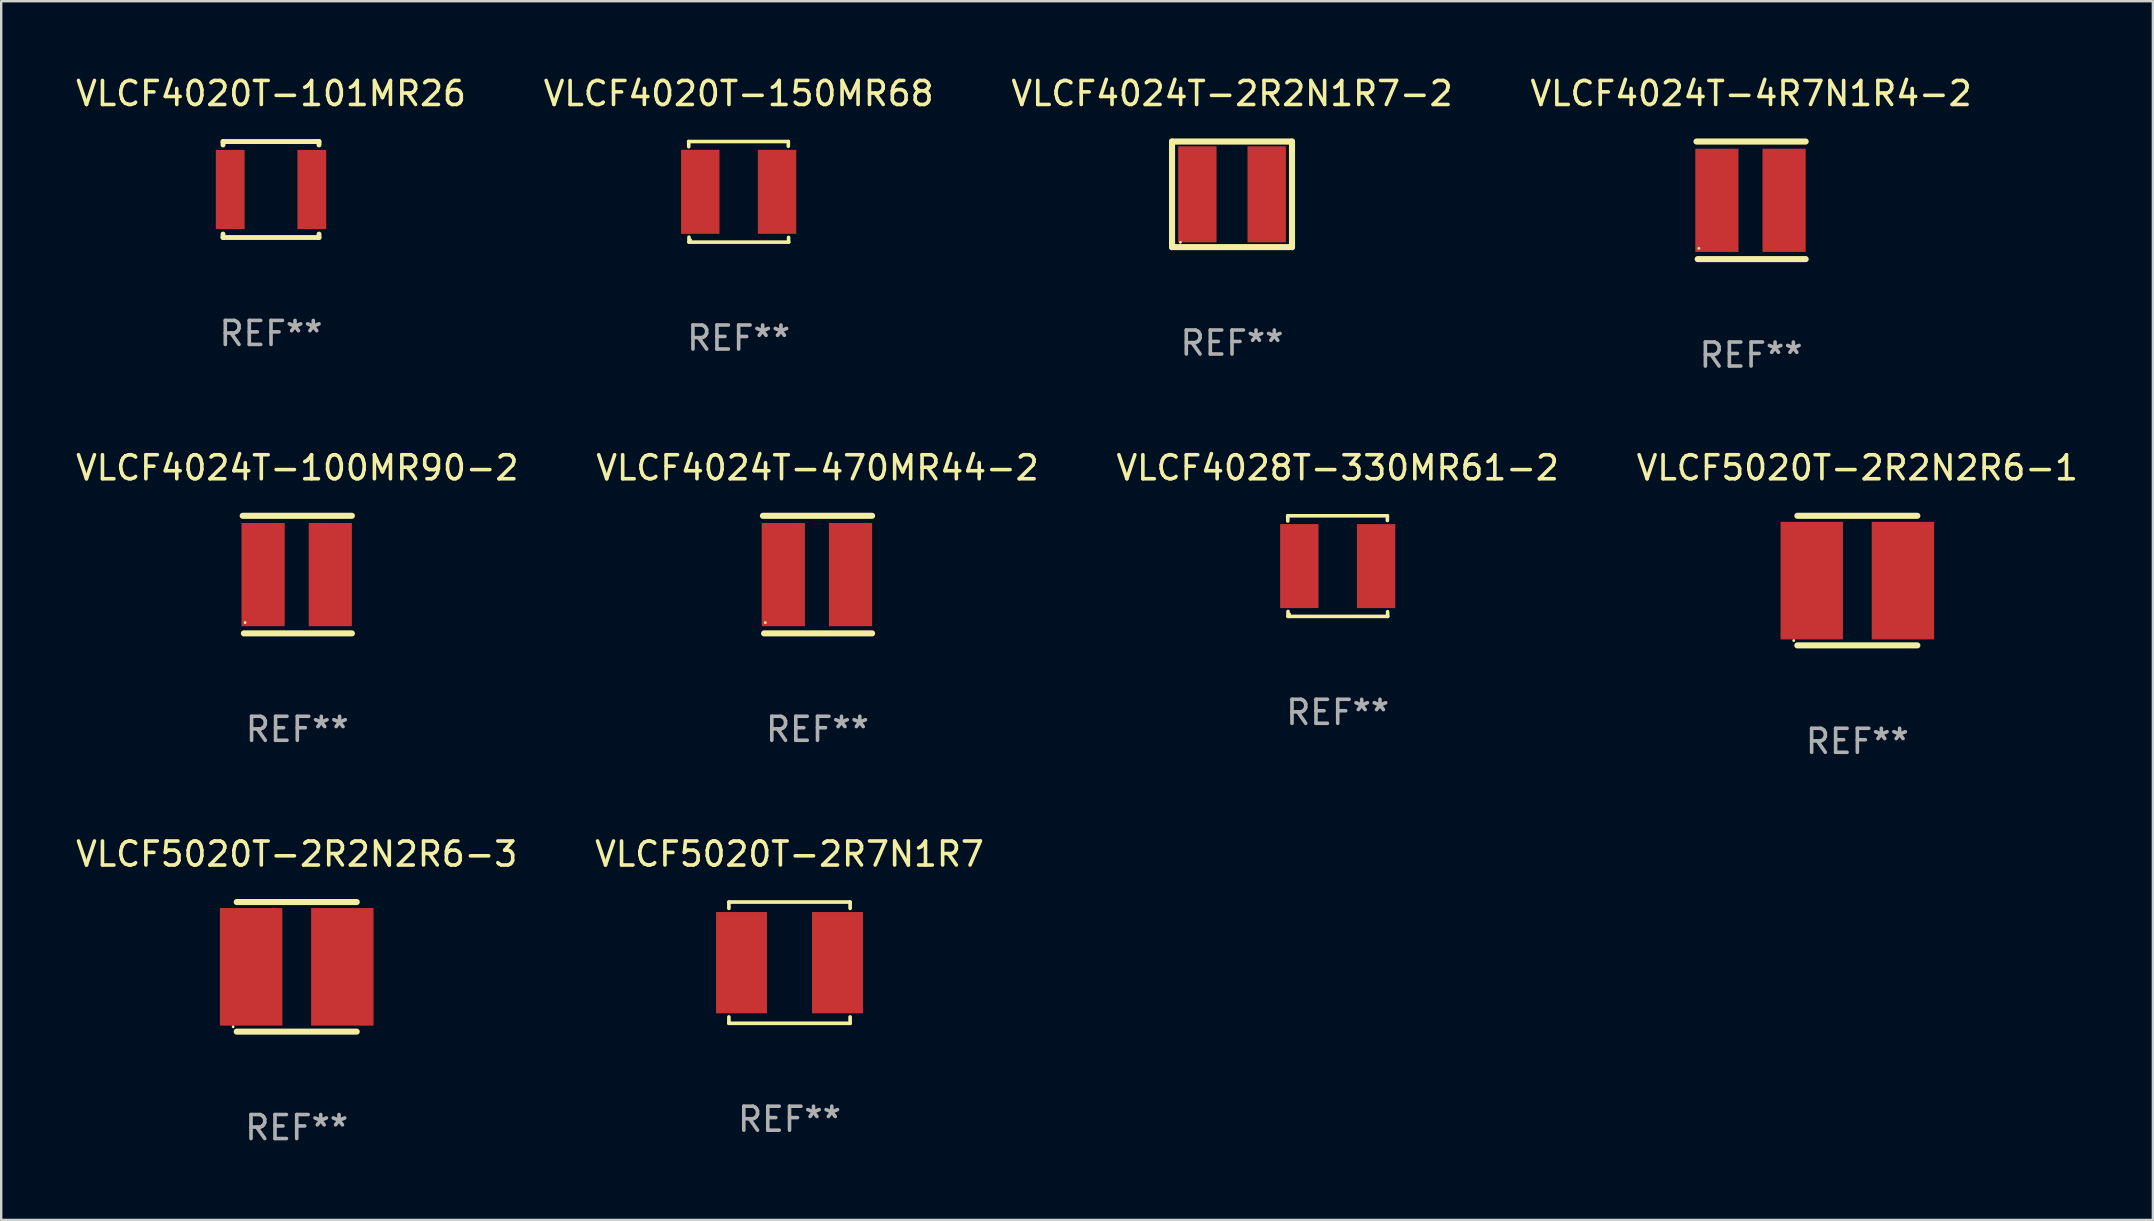
<source format=kicad_pcb>
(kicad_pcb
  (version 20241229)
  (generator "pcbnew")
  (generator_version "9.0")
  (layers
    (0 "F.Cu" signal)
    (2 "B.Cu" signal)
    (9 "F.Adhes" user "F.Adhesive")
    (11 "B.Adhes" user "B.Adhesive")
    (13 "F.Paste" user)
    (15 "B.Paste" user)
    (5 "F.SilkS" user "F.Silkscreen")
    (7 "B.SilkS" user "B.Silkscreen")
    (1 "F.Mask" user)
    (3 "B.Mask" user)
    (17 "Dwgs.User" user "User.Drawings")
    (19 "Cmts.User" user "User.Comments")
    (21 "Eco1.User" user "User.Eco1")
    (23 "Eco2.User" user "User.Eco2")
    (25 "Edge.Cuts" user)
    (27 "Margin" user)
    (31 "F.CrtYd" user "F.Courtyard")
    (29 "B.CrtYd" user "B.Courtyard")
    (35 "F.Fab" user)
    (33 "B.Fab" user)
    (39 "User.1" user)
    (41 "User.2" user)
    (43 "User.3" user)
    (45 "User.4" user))
  (footprint "VLCF4020T-150MR68"
    (layer "F.Cu")
    (at 27.732 4.944)
    (property "Reference" "VLCF4020T-150MR68" (at 0 -4.096 0) (layer "F.SilkS") (effects (font (size 1 1) (thickness 0.15))))
    (attr through_hole)
    (fp_line (start -2.083 -2.096) (end -2.08 -1.88) (stroke (width 0.15) (type solid)) (layer "F.SilkS"))
    (fp_line (start -2.07 1.89) (end -2.07 2.096) (stroke (width 0.15) (type solid)) (layer "F.SilkS"))
    (fp_line (start -2.07 2.096) (end 2.083 2.096) (stroke (width 0.15) (type solid)) (layer "F.SilkS"))
    (fp_line (start 2.07 -1.9) (end 2.07 -2.096) (stroke (width 0.15) (type solid)) (layer "F.SilkS"))
    (fp_line (start 2.07 -2.096) (end -2.083 -2.096) (stroke (width 0.15) (type solid)) (layer "F.SilkS"))
    (fp_line (start 2.083 2.096) (end 2.08 1.9) (stroke (width 0.15) (type solid)) (layer "F.SilkS"))
    (fp_circle (center -2 2) (end -1.97 2) (stroke (width 0.06) (type solid)) (fill no) (layer "F.SilkS"))
    (fp_text user "REF**" (at 0 6.096 0) (layer "F.Fab") (effects (font (size 1 1) (thickness 0.15))))
    (pad "1" smd rect (at -1.6 -0.000343) (size 1.6 3.5) (layers "F.Cu" "F.Mask" "F.Paste"))
    (pad "2" smd rect (at 1.6 -0.000343) (size 1.6 3.5) (layers "F.Cu" "F.Mask" "F.Paste")))
  (footprint "VLCF4028T-330MR61-2"
    (layer "F.Cu")
    (at 52.696 20.541)
    (property "Reference" "VLCF4028T-330MR61-2" (at 0 -4.096 0) (layer "F.SilkS") (effects (font (size 1 1) (thickness 0.15))))
    (attr through_hole)
    (fp_line (start -2.083 -2.096) (end -2.08 -1.88) (stroke (width 0.15) (type solid)) (layer "F.SilkS"))
    (fp_line (start -2.07 1.89) (end -2.07 2.096) (stroke (width 0.15) (type solid)) (layer "F.SilkS"))
    (fp_line (start -2.07 2.096) (end 2.083 2.096) (stroke (width 0.15) (type solid)) (layer "F.SilkS"))
    (fp_line (start 2.07 -1.9) (end 2.07 -2.096) (stroke (width 0.15) (type solid)) (layer "F.SilkS"))
    (fp_line (start 2.07 -2.096) (end -2.083 -2.096) (stroke (width 0.15) (type solid)) (layer "F.SilkS"))
    (fp_line (start 2.083 2.096) (end 2.08 1.9) (stroke (width 0.15) (type solid)) (layer "F.SilkS"))
    (fp_circle (center -2 2) (end -1.97 2) (stroke (width 0.06) (type solid)) (fill no) (layer "F.SilkS"))
    (fp_text user "REF**" (at 0 6.096 0) (layer "F.Fab") (effects (font (size 1 1) (thickness 0.15))))
    (pad "1" smd rect (at -1.6 -0.000343) (size 1.6 3.5) (layers "F.Cu" "F.Mask" "F.Paste"))
    (pad "2" smd rect (at 1.6 -0.000343) (size 1.6 3.5) (layers "F.Cu" "F.Mask" "F.Paste")))
  (footprint "VLCF4020T-101MR26"
    (layer "F.Cu")
    (at 8.244 4.848)
    (property "Reference" "VLCF4020T-101MR26" (at 0 -4 0) (layer "F.SilkS") (effects (font (size 1 1) (thickness 0.15))))
    (attr through_hole)
    (fp_line (start -2 -2) (end 2 -2) (stroke (width 0.203) (type solid)) (layer "F.SilkS"))
    (fp_line (start -2 -1.856) (end -2 -2) (stroke (width 0.203) (type solid)) (layer "F.SilkS"))
    (fp_line (start -2 2) (end -2 1.856) (stroke (width 0.203) (type solid)) (layer "F.SilkS"))
    (fp_line (start -2 2) (end 2 2) (stroke (width 0.203) (type solid)) (layer "F.SilkS"))
    (fp_line (start 2 -2) (end 2 -1.856) (stroke (width 0.203) (type solid)) (layer "F.SilkS"))
    (fp_line (start 2 1.856) (end 2 2) (stroke (width 0.203) (type solid)) (layer "F.SilkS"))
    (fp_circle (center -2 2) (end -1.97 2) (stroke (width 0.06) (type solid)) (fill no) (layer "F.SilkS"))
    (fp_text user "REF**" (at 0 6 0) (layer "F.Fab") (effects (font (size 1 1) (thickness 0.15))))
    (pad "1" smd rect (at -1.7 0 90) (size 3.3 1.2) (layers "F.Cu" "F.Mask" "F.Paste"))
    (pad "2" smd rect (at 1.7 0 90) (size 3.3 1.2) (layers "F.Cu" "F.Mask" "F.Paste")))
  (footprint "VLCF4024T-2R2N1R7-2"
    (layer "F.Cu")
    (at 48.292 5.048)
    (property "Reference" "VLCF4024T-2R2N1R7-2" (at 0 -4.2 0) (layer "F.SilkS") (effects (font (size 1 1) (thickness 0.15))))
    (attr through_hole)
    (fp_line (start -2.5 -2.2) (end 2.5 -2.2) (stroke (width 0.254) (type solid)) (layer "F.SilkS"))
    (fp_line (start -2.5 2.2) (end -2.5 -2.2) (stroke (width 0.254) (type solid)) (layer "F.SilkS"))
    (fp_line (start 2.5 -2.2) (end 2.5 2.2) (stroke (width 0.254) (type solid)) (layer "F.SilkS"))
    (fp_line (start 2.5 2.2) (end -2.5 2.2) (stroke (width 0.254) (type solid)) (layer "F.SilkS"))
    (fp_circle (center -2.15 2) (end -2.12 2) (stroke (width 0.06) (type solid)) (fill no) (layer "F.SilkS"))
    (fp_text user "REF**" (at 0 6.2 0) (layer "F.Fab") (effects (font (size 1 1) (thickness 0.15))))
    (pad "1" smd rect (at -1.445 0) (size 1.6 4) (layers "F.Cu" "F.Mask" "F.Paste"))
    (pad "2" smd rect (at 1.445 0) (size 1.6 4) (layers "F.Cu" "F.Mask" "F.Paste")))
  (footprint "VLCF4024T-4R7N1R4-2"
    (layer "F.Cu")
    (at 69.923 5.298)
    (property "Reference" "VLCF4024T-4R7N1R4-2" (at 0 -4.45 0) (layer "F.SilkS") (effects (font (size 1 1) (thickness 0.15))))
    (attr through_hole)
    (fp_line (start -2.275 -2.45) (end 2.275 -2.45) (stroke (width 0.254) (type solid)) (layer "F.SilkS"))
    (fp_line (start -2.225 2.45) (end 2.275 2.45) (stroke (width 0.254) (type solid)) (layer "F.SilkS"))
    (fp_circle (center -2.175 2) (end -2.145 2) (stroke (width 0.06) (type solid)) (fill no) (layer "F.SilkS"))
    (fp_text user "REF**" (at 0 6.45 0) (layer "F.Fab") (effects (font (size 1 1) (thickness 0.15))))
    (pad "1" smd rect (at -1.425 -0.000013 270) (size 4.3 1.8) (layers "F.Cu" "F.Mask" "F.Paste"))
    (pad "2" smd rect (at 1.375 -0.000013 270) (size 4.3 1.8) (layers "F.Cu" "F.Mask" "F.Paste")))
  (footprint "VLCF5020T-2R7N1R7"
    (layer "F.Cu")
    (at 29.851 37.067)
    (property "Reference" "VLCF5020T-2R7N1R7" (at 0 -4.526 0) (layer "F.SilkS") (effects (font (size 1 1) (thickness 0.15))))
    (attr through_hole)
    (fp_line (start -2.526 -2.526) (end 2.526 -2.526) (stroke (width 0.152) (type solid)) (layer "F.SilkS"))
    (fp_line (start -2.526 -2.262) (end -2.526 -2.526) (stroke (width 0.152) (type solid)) (layer "F.SilkS"))
    (fp_line (start -2.526 2.262) (end -2.526 2.526) (stroke (width 0.152) (type solid)) (layer "F.SilkS"))
    (fp_line (start -2.526 2.526) (end 2.526 2.526) (stroke (width 0.152) (type solid)) (layer "F.SilkS"))
    (fp_line (start 2.526 -2.526) (end 2.526 -2.262) (stroke (width 0.152) (type solid)) (layer "F.SilkS"))
    (fp_line (start 2.526 2.526) (end 2.526 2.262) (stroke (width 0.152) (type solid)) (layer "F.SilkS"))
    (fp_circle (center 2.5 -2.5) (end 2.53 -2.5) (stroke (width 0.06) (type solid)) (fill no) (layer "F.SilkS"))
    (fp_text user "REF**" (at 0 6.526 0) (layer "F.Fab") (effects (font (size 1 1) (thickness 0.15))))
    (pad "1" smd rect (at 2 0) (size 2.124 4.22) (layers "F.Cu" "F.Mask" "F.Paste"))
    (pad "2" smd rect (at -2 0) (size 2.124 4.22) (layers "F.Cu" "F.Mask" "F.Paste")))
  (footprint "VLCF4024T-100MR90-2"
    (layer "F.Cu")
    (at 9.339 20.895)
    (property "Reference" "VLCF4024T-100MR90-2" (at 0 -4.45 0) (layer "F.SilkS") (effects (font (size 1 1) (thickness 0.15))))
    (attr through_hole)
    (fp_line (start -2.275 -2.45) (end 2.275 -2.45) (stroke (width 0.254) (type solid)) (layer "F.SilkS"))
    (fp_line (start -2.225 2.45) (end 2.275 2.45) (stroke (width 0.254) (type solid)) (layer "F.SilkS"))
    (fp_circle (center -2.175 2) (end -2.145 2) (stroke (width 0.06) (type solid)) (fill no) (layer "F.SilkS"))
    (fp_text user "REF**" (at 0 6.45 0) (layer "F.Fab") (effects (font (size 1 1) (thickness 0.15))))
    (pad "1" smd rect (at -1.425 -0.000013 270) (size 4.3 1.8) (layers "F.Cu" "F.Mask" "F.Paste"))
    (pad "2" smd rect (at 1.375 -0.000013 270) (size 4.3 1.8) (layers "F.Cu" "F.Mask" "F.Paste")))
  (footprint "VLCF4024T-470MR44-2"
    (layer "F.Cu")
    (at 31.018 20.895)
    (property "Reference" "VLCF4024T-470MR44-2" (at 0 -4.45 0) (layer "F.SilkS") (effects (font (size 1 1) (thickness 0.15))))
    (attr through_hole)
    (fp_line (start -2.275 -2.45) (end 2.275 -2.45) (stroke (width 0.254) (type solid)) (layer "F.SilkS"))
    (fp_line (start -2.225 2.45) (end 2.275 2.45) (stroke (width 0.254) (type solid)) (layer "F.SilkS"))
    (fp_circle (center -2.175 2) (end -2.145 2) (stroke (width 0.06) (type solid)) (fill no) (layer "F.SilkS"))
    (fp_text user "REF**" (at 0 6.45 0) (layer "F.Fab") (effects (font (size 1 1) (thickness 0.15))))
    (pad "1" smd rect (at -1.425 -0.000013 270) (size 4.3 1.8) (layers "F.Cu" "F.Mask" "F.Paste"))
    (pad "2" smd rect (at 1.375 -0.000013 270) (size 4.3 1.8) (layers "F.Cu" "F.Mask" "F.Paste")))
  (footprint "VLCF5020T-2R2N2R6-1"
    (layer "F.Cu")
    (at 74.351 21.145)
    (property "Reference" "VLCF5020T-2R2N2R6-1" (at 0 -4.7 0) (layer "F.SilkS") (effects (font (size 1 1) (thickness 0.15))))
    (attr through_hole)
    (fp_line (start -2.5 -2.7) (end 2.5 -2.7) (stroke (width 0.254) (type solid)) (layer "F.SilkS"))
    (fp_line (start -2.5 2.7) (end 2.5 2.7) (stroke (width 0.254) (type solid)) (layer "F.SilkS"))
    (fp_circle (center -2.65 2.5) (end -2.62 2.5) (stroke (width 0.06) (type solid)) (fill no) (layer "F.SilkS"))
    (fp_text user "REF**" (at 0 6.7 0) (layer "F.Fab") (effects (font (size 1 1) (thickness 0.15))))
    (pad "1" smd rect (at -1.9 0 90) (size 4.9 2.6) (layers "F.Cu" "F.Mask" "F.Paste"))
    (pad "2" smd rect (at 1.9 0 90) (size 4.9 2.6) (layers "F.Cu" "F.Mask" "F.Paste")))
  (footprint "VLCF5020T-2R2N2R6-3"
    (layer "F.Cu")
    (at 9.315 37.241)
    (property "Reference" "VLCF5020T-2R2N2R6-3" (at 0 -4.7 0) (layer "F.SilkS") (effects (font (size 1 1) (thickness 0.15))))
    (attr through_hole)
    (fp_line (start -2.5 -2.7) (end 2.5 -2.7) (stroke (width 0.254) (type solid)) (layer "F.SilkS"))
    (fp_line (start -2.5 2.7) (end 2.5 2.7) (stroke (width 0.254) (type solid)) (layer "F.SilkS"))
    (fp_circle (center -2.65 2.5) (end -2.62 2.5) (stroke (width 0.06) (type solid)) (fill no) (layer "F.SilkS"))
    (fp_text user "REF**" (at 0 6.7 0) (layer "F.Fab") (effects (font (size 1 1) (thickness 0.15))))
    (pad "1" smd rect (at -1.9 0 90) (size 4.9 2.6) (layers "F.Cu" "F.Mask" "F.Paste"))
    (pad "2" smd rect (at 1.9 0 90) (size 4.9 2.6) (layers "F.Cu" "F.Mask" "F.Paste")))
  (gr_rect
    (start -3 -3)
    (end 86.667 47.789)
    (stroke (width 0.1) (type default))
    (fill no)
    (layer "Edge.Cuts")))
</source>
